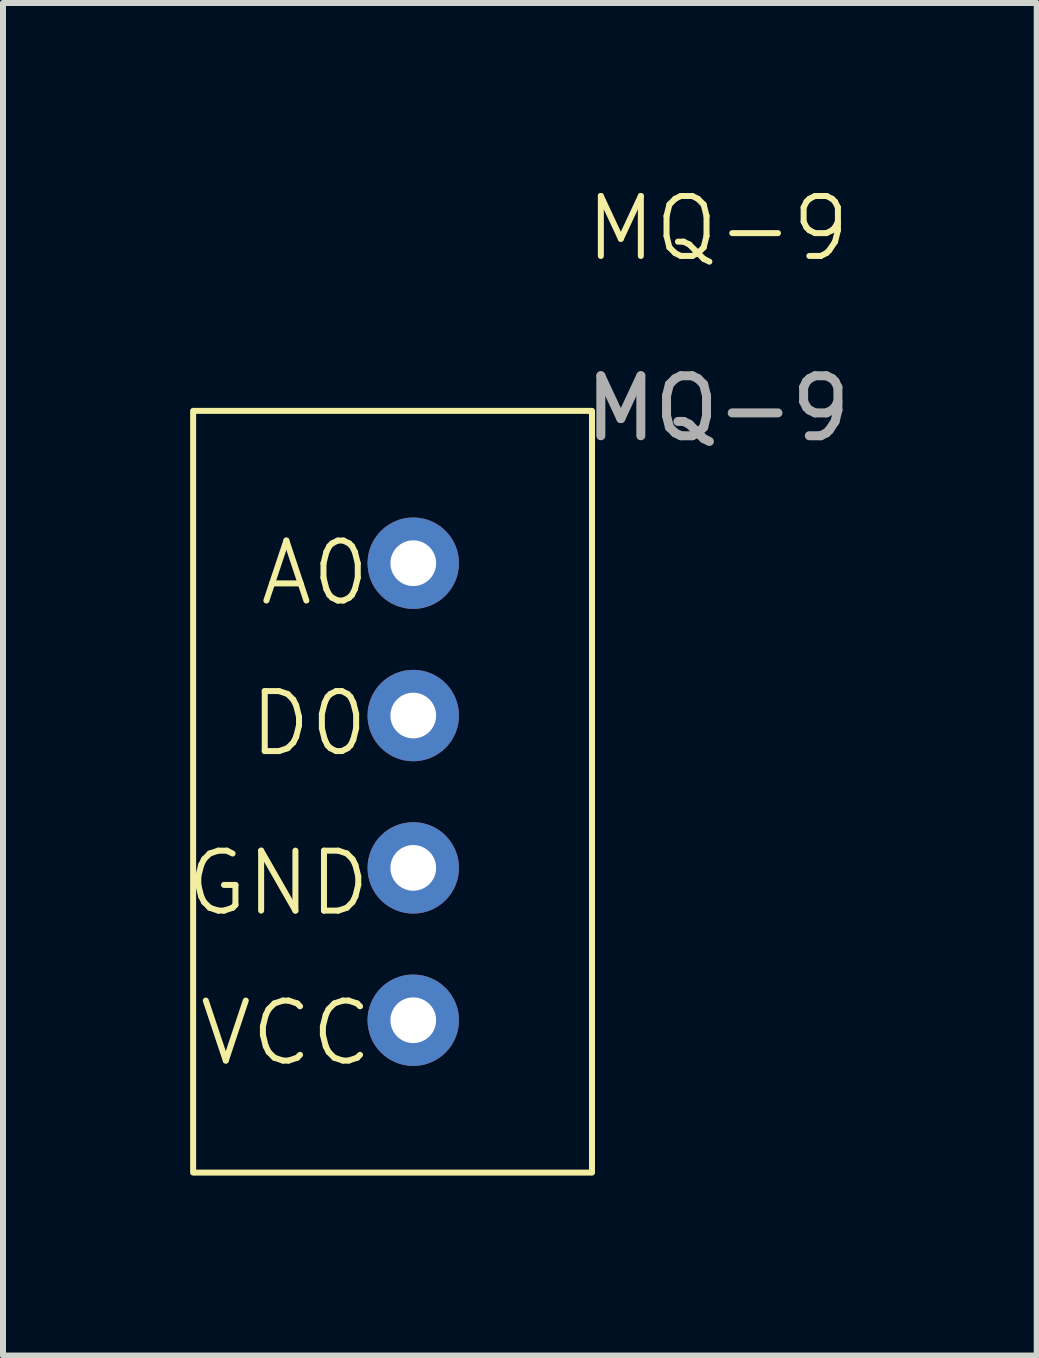
<source format=kicad_pcb>
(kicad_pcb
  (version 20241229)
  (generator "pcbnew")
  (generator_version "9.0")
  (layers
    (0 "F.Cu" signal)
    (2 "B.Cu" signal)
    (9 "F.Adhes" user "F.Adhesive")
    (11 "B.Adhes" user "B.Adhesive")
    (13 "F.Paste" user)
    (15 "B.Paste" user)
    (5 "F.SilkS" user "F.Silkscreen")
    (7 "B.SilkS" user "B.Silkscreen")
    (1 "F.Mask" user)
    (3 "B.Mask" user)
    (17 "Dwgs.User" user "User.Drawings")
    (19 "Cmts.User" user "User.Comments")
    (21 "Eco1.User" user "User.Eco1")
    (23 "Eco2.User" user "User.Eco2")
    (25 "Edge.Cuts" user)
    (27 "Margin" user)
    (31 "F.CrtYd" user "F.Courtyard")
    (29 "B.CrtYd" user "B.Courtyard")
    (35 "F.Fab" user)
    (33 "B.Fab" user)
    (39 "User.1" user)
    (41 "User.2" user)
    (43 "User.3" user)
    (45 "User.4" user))
  (footprint "MQ-9"
    (layer "F.Cu")
    (at 8.92 1.26)
    (property "Reference" "MQ-9" (at 0 -0.5 0) (unlocked yes) (layer "F.SilkS") (effects (font (size 1 1) (thickness 0.1))))
    (attr through_hole)
    (fp_rect (start -8.75 2.54) (end -2.1 15.24) (stroke (width 0.1) (type default)) (fill no) (layer "F.SilkS"))
    (fp_text user "VCC" (at -8.7 13.5 0) (unlocked yes) (layer "F.SilkS") (effects (font (size 1 1) (thickness 0.1)) (justify left bottom)))
    (fp_text user "D0" (at -7.86 8.34 0) (unlocked yes) (layer "F.SilkS") (effects (font (size 1 1) (thickness 0.1)) (justify left bottom)))
    (fp_text user "A0" (at -7.69 5.83 0) (unlocked yes) (layer "F.SilkS") (effects (font (size 1 1) (thickness 0.1)) (justify left bottom)))
    (fp_text user "GND" (at -8.92 11 0) (unlocked yes) (layer "F.SilkS") (effects (font (size 1 1) (thickness 0.1)) (justify left bottom)))
    (fp_text user "${REFERENCE}" (at 0 2.5 0) (unlocked yes) (layer "F.Fab") (effects (font (size 1 1) (thickness 0.15))))
    (pad "1" thru_hole circle (at -5.08 5.08) (size 1.524 1.524) (drill 0.762) (layers "*.Cu" "*.Mask"))
    (pad "2" thru_hole circle (at -5.08 7.62) (size 1.524 1.524) (drill 0.762) (layers "*.Cu" "*.Mask"))
    (pad "3" thru_hole circle (at -5.08 10.16) (size 1.524 1.524) (drill 0.762) (layers "*.Cu" "*.Mask"))
    (pad "4" thru_hole circle (at -5.08 12.7) (size 1.524 1.524) (drill 0.762) (layers "*.Cu" "*.Mask")))
  (gr_rect
    (start -3 -3)
    (end 14.235 19.55)
    (stroke (width 0.1) (type default))
    (fill no)
    (layer "Edge.Cuts")))
</source>
